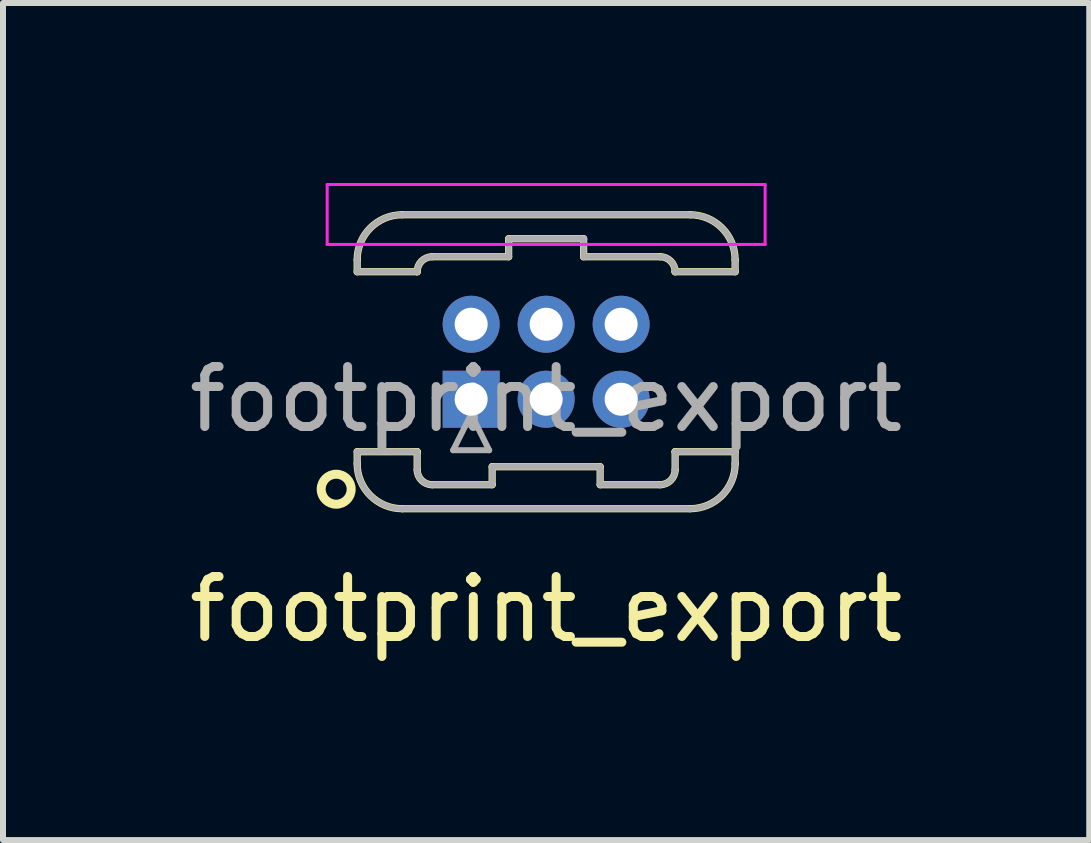
<source format=kicad_pcb>
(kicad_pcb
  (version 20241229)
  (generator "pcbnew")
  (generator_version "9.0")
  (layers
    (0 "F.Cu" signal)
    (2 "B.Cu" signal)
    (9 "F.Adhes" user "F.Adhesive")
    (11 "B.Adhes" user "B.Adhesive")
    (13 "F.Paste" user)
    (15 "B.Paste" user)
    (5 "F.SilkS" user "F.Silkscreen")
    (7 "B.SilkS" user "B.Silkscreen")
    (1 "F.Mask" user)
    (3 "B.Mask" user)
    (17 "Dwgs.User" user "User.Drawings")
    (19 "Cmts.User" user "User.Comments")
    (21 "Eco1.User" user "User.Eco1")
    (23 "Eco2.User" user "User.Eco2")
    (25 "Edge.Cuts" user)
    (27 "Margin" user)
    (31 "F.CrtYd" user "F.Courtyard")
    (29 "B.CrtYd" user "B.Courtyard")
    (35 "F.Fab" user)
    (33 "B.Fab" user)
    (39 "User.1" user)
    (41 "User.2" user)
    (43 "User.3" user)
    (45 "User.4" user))
  (footprint "footprint_export"
    (layer "F.Cu")
    (at 4.804 3.605)
    (property "Reference" "footprint_export" (at 1.25 3.5 0) (layer "F.SilkS") (effects (font (size 1 1) (thickness 0.15))))
    (attr through_hole)
    (fp_line (start -1.9 -2.325) (end -1.9 -2.125) (stroke (width 0.12) (type solid)) (layer "F.SilkS"))
    (fp_line (start -1.9 -2.125) (end -0.9 -2.125) (stroke (width 0.12) (type solid)) (layer "F.SilkS"))
    (fp_line (start -1.9 0.875) (end -0.9 0.875) (stroke (width 0.12) (type solid)) (layer "F.SilkS"))
    (fp_line (start -1.9 1.075) (end -1.9 0.875) (stroke (width 0.12) (type solid)) (layer "F.SilkS"))
    (fp_line (start -1.15 -3.075) (end 3.65 -3.075) (stroke (width 0.12) (type solid)) (layer "F.SilkS"))
    (fp_line (start -1.15 1.825) (end 3.65 1.825) (stroke (width 0.12) (type solid)) (layer "F.SilkS"))
    (fp_line (start -0.9 -2.125) (end -0.9 -2.125) (stroke (width 0.12) (type solid)) (layer "F.SilkS"))
    (fp_line (start -0.9 0.875) (end -0.9 0.875) (stroke (width 0.12) (type solid)) (layer "F.SilkS"))
    (fp_line (start -0.9 1.175) (end -0.9 0.875) (stroke (width 0.12) (type solid)) (layer "F.SilkS"))
    (fp_line (start -0.65 -2.375) (end 0.625 -2.375) (stroke (width 0.12) (type solid)) (layer "F.SilkS"))
    (fp_line (start -0.65 1.425) (end 0.35 1.425) (stroke (width 0.12) (type solid)) (layer "F.SilkS"))
    (fp_line (start 0.35 1.125) (end 2.15 1.125) (stroke (width 0.12) (type solid)) (layer "F.SilkS"))
    (fp_line (start 0.35 1.425) (end 0.35 1.125) (stroke (width 0.12) (type solid)) (layer "F.SilkS"))
    (fp_line (start 0.625 -2.675) (end 1.875 -2.675) (stroke (width 0.12) (type solid)) (layer "F.SilkS"))
    (fp_line (start 0.625 -2.375) (end 0.625 -2.675) (stroke (width 0.12) (type solid)) (layer "F.SilkS"))
    (fp_line (start 1.875 -2.675) (end 1.875 -2.375) (stroke (width 0.12) (type solid)) (layer "F.SilkS"))
    (fp_line (start 1.875 -2.375) (end 3.15 -2.375) (stroke (width 0.12) (type solid)) (layer "F.SilkS"))
    (fp_line (start 2.15 1.125) (end 2.15 1.425) (stroke (width 0.12) (type solid)) (layer "F.SilkS"))
    (fp_line (start 2.15 1.425) (end 3.15 1.425) (stroke (width 0.12) (type solid)) (layer "F.SilkS"))
    (fp_line (start 3.4 -2.125) (end 3.4 -2.125) (stroke (width 0.12) (type solid)) (layer "F.SilkS"))
    (fp_line (start 3.4 0.875) (end 3.4 0.875) (stroke (width 0.12) (type solid)) (layer "F.SilkS"))
    (fp_line (start 3.4 1.175) (end 3.4 0.875) (stroke (width 0.12) (type solid)) (layer "F.SilkS"))
    (fp_line (start 4.4 -2.325) (end 4.4 -2.125) (stroke (width 0.12) (type solid)) (layer "F.SilkS"))
    (fp_line (start 4.4 -2.125) (end 3.4 -2.125) (stroke (width 0.12) (type solid)) (layer "F.SilkS"))
    (fp_line (start 4.4 0.875) (end 3.4 0.875) (stroke (width 0.12) (type solid)) (layer "F.SilkS"))
    (fp_line (start 4.4 1.075) (end 4.4 0.875) (stroke (width 0.12) (type solid)) (layer "F.SilkS"))
    (fp_arc (start -1.9 -2.325) (mid -1.68033 -2.85533) (end -1.15 -3.075) (stroke (width 0.12) (type solid)) (layer "F.SilkS"))
    (fp_arc (start -1.15 1.825) (mid -1.68033 1.60533) (end -1.9 1.075) (stroke (width 0.12) (type solid)) (layer "F.SilkS"))
    (fp_arc (start -0.9 -2.125) (mid -0.826777 -2.301777) (end -0.65 -2.375) (stroke (width 0.12) (type solid)) (layer "F.SilkS"))
    (fp_arc (start -0.65 1.425) (mid -0.826777 1.351777) (end -0.9 1.175) (stroke (width 0.12) (type solid)) (layer "F.SilkS"))
    (fp_arc (start 3.15 -2.375) (mid 3.326777 -2.301777) (end 3.4 -2.125) (stroke (width 0.12) (type solid)) (layer "F.SilkS"))
    (fp_arc (start 3.4 1.175) (mid 3.326777 1.351777) (end 3.15 1.425) (stroke (width 0.12) (type solid)) (layer "F.SilkS"))
    (fp_arc (start 3.65 -3.075) (mid 4.18033 -2.85533) (end 4.4 -2.325) (stroke (width 0.12) (type solid)) (layer "F.SilkS"))
    (fp_arc (start 4.4 1.075) (mid 4.18033 1.60533) (end 3.65 1.825) (stroke (width 0.12) (type solid)) (layer "F.SilkS"))
    (fp_circle (center -2.25 1.5) (end -2 1.5) (stroke (width 0.15) (type solid)) (fill no) (layer "F.SilkS"))
    (fp_line (start -2.4 -3.58) (end -2.4 -2.58) (stroke (width 0.05) (type solid)) (layer "F.CrtYd"))
    (fp_line (start -2.4 -2.58) (end 4.9 -2.58) (stroke (width 0.05) (type solid)) (layer "F.CrtYd"))
    (fp_line (start 4.9 -3.58) (end -2.4 -3.58) (stroke (width 0.05) (type solid)) (layer "F.CrtYd"))
    (fp_line (start 4.9 -2.58) (end 4.9 -3.58) (stroke (width 0.05) (type solid)) (layer "F.CrtYd"))
    (fp_line (start -1.9 -2.325) (end -1.9 -2.125) (stroke (width 0.1) (type solid)) (layer "F.Fab"))
    (fp_line (start -1.9 -2.125) (end -0.9 -2.125) (stroke (width 0.1) (type solid)) (layer "F.Fab"))
    (fp_line (start -1.9 0.875) (end -0.9 0.875) (stroke (width 0.1) (type solid)) (layer "F.Fab"))
    (fp_line (start -1.9 1.075) (end -1.9 0.875) (stroke (width 0.1) (type solid)) (layer "F.Fab"))
    (fp_line (start -1.15 -3.075) (end 3.65 -3.075) (stroke (width 0.1) (type solid)) (layer "F.Fab"))
    (fp_line (start -1.15 1.825) (end 3.65 1.825) (stroke (width 0.1) (type solid)) (layer "F.Fab"))
    (fp_line (start -0.9 -2.125) (end -0.9 -2.125) (stroke (width 0.1) (type solid)) (layer "F.Fab"))
    (fp_line (start -0.9 0.875) (end -0.9 0.875) (stroke (width 0.1) (type solid)) (layer "F.Fab"))
    (fp_line (start -0.9 1.175) (end -0.9 0.875) (stroke (width 0.1) (type solid)) (layer "F.Fab"))
    (fp_line (start -0.65 -2.375) (end 0.625 -2.375) (stroke (width 0.1) (type solid)) (layer "F.Fab"))
    (fp_line (start -0.65 1.425) (end 0.35 1.425) (stroke (width 0.1) (type solid)) (layer "F.Fab"))
    (fp_line (start -0.3 0.85) (end 0.3 0.85) (stroke (width 0.1) (type solid)) (layer "F.Fab"))
    (fp_line (start 0 0.25) (end -0.3 0.85) (stroke (width 0.1) (type solid)) (layer "F.Fab"))
    (fp_line (start 0.3 0.85) (end 0 0.25) (stroke (width 0.1) (type solid)) (layer "F.Fab"))
    (fp_line (start 0.35 1.125) (end 2.15 1.125) (stroke (width 0.1) (type solid)) (layer "F.Fab"))
    (fp_line (start 0.35 1.425) (end 0.35 1.125) (stroke (width 0.1) (type solid)) (layer "F.Fab"))
    (fp_line (start 0.625 -2.675) (end 1.875 -2.675) (stroke (width 0.1) (type solid)) (layer "F.Fab"))
    (fp_line (start 0.625 -2.375) (end 0.625 -2.675) (stroke (width 0.1) (type solid)) (layer "F.Fab"))
    (fp_line (start 1.875 -2.675) (end 1.875 -2.375) (stroke (width 0.1) (type solid)) (layer "F.Fab"))
    (fp_line (start 1.875 -2.375) (end 3.15 -2.375) (stroke (width 0.1) (type solid)) (layer "F.Fab"))
    (fp_line (start 2.15 1.125) (end 2.15 1.425) (stroke (width 0.1) (type solid)) (layer "F.Fab"))
    (fp_line (start 2.15 1.425) (end 3.15 1.425) (stroke (width 0.1) (type solid)) (layer "F.Fab"))
    (fp_line (start 3.4 -2.125) (end 3.4 -2.125) (stroke (width 0.1) (type solid)) (layer "F.Fab"))
    (fp_line (start 3.4 0.875) (end 3.4 0.875) (stroke (width 0.1) (type solid)) (layer "F.Fab"))
    (fp_line (start 3.4 1.175) (end 3.4 0.875) (stroke (width 0.1) (type solid)) (layer "F.Fab"))
    (fp_line (start 4.4 -2.325) (end 4.4 -2.125) (stroke (width 0.1) (type solid)) (layer "F.Fab"))
    (fp_line (start 4.4 -2.125) (end 3.4 -2.125) (stroke (width 0.1) (type solid)) (layer "F.Fab"))
    (fp_line (start 4.4 0.875) (end 3.4 0.875) (stroke (width 0.1) (type solid)) (layer "F.Fab"))
    (fp_line (start 4.4 1.075) (end 4.4 0.875) (stroke (width 0.1) (type solid)) (layer "F.Fab"))
    (fp_arc (start -1.9 -2.325) (mid -1.68033 -2.85533) (end -1.15 -3.075) (stroke (width 0.1) (type solid)) (layer "F.Fab"))
    (fp_arc (start -1.15 1.825) (mid -1.68033 1.60533) (end -1.9 1.075) (stroke (width 0.1) (type solid)) (layer "F.Fab"))
    (fp_arc (start -0.9 -2.125) (mid -0.826777 -2.301777) (end -0.65 -2.375) (stroke (width 0.1) (type solid)) (layer "F.Fab"))
    (fp_arc (start -0.65 1.425) (mid -0.826777 1.351777) (end -0.9 1.175) (stroke (width 0.1) (type solid)) (layer "F.Fab"))
    (fp_arc (start 3.15 -2.375) (mid 3.326777 -2.301777) (end 3.4 -2.125) (stroke (width 0.1) (type solid)) (layer "F.Fab"))
    (fp_arc (start 3.4 1.175) (mid 3.326777 1.351777) (end 3.15 1.425) (stroke (width 0.1) (type solid)) (layer "F.Fab"))
    (fp_arc (start 3.65 -3.075) (mid 4.18033 -2.85533) (end 4.4 -2.325) (stroke (width 0.1) (type solid)) (layer "F.Fab"))
    (fp_arc (start 4.4 1.075) (mid 4.18033 1.60533) (end 3.65 1.825) (stroke (width 0.1) (type solid)) (layer "F.Fab"))
    (fp_text user "${REFERENCE}" (at 1.25 0 0) (layer "F.Fab") (effects (font (size 1 1) (thickness 0.15))))
    (pad "1" thru_hole rect (at 0 0) (size 0.95 0.95) (drill 0.55) (layers "*.Cu" "*.Mask"))
    (pad "2" thru_hole circle (at 0 -1.25) (size 0.95 0.95) (drill 0.55) (layers "*.Cu" "*.Mask"))
    (pad "3" thru_hole circle (at 1.25 0) (size 0.95 0.95) (drill 0.55) (layers "*.Cu" "*.Mask"))
    (pad "4" thru_hole circle (at 1.25 -1.25) (size 0.95 0.95) (drill 0.55) (layers "*.Cu" "*.Mask"))
    (pad "5" thru_hole circle (at 2.5 0) (size 0.95 0.95) (drill 0.55) (layers "*.Cu" "*.Mask"))
    (pad "6" thru_hole circle (at 2.5 -1.25) (size 0.95 0.95) (drill 0.55) (layers "*.Cu" "*.Mask")))
  (gr_rect
    (start -3 -3)
    (end 15.107 10.953)
    (stroke (width 0.1) (type default))
    (fill no)
    (layer "Edge.Cuts")))
</source>
